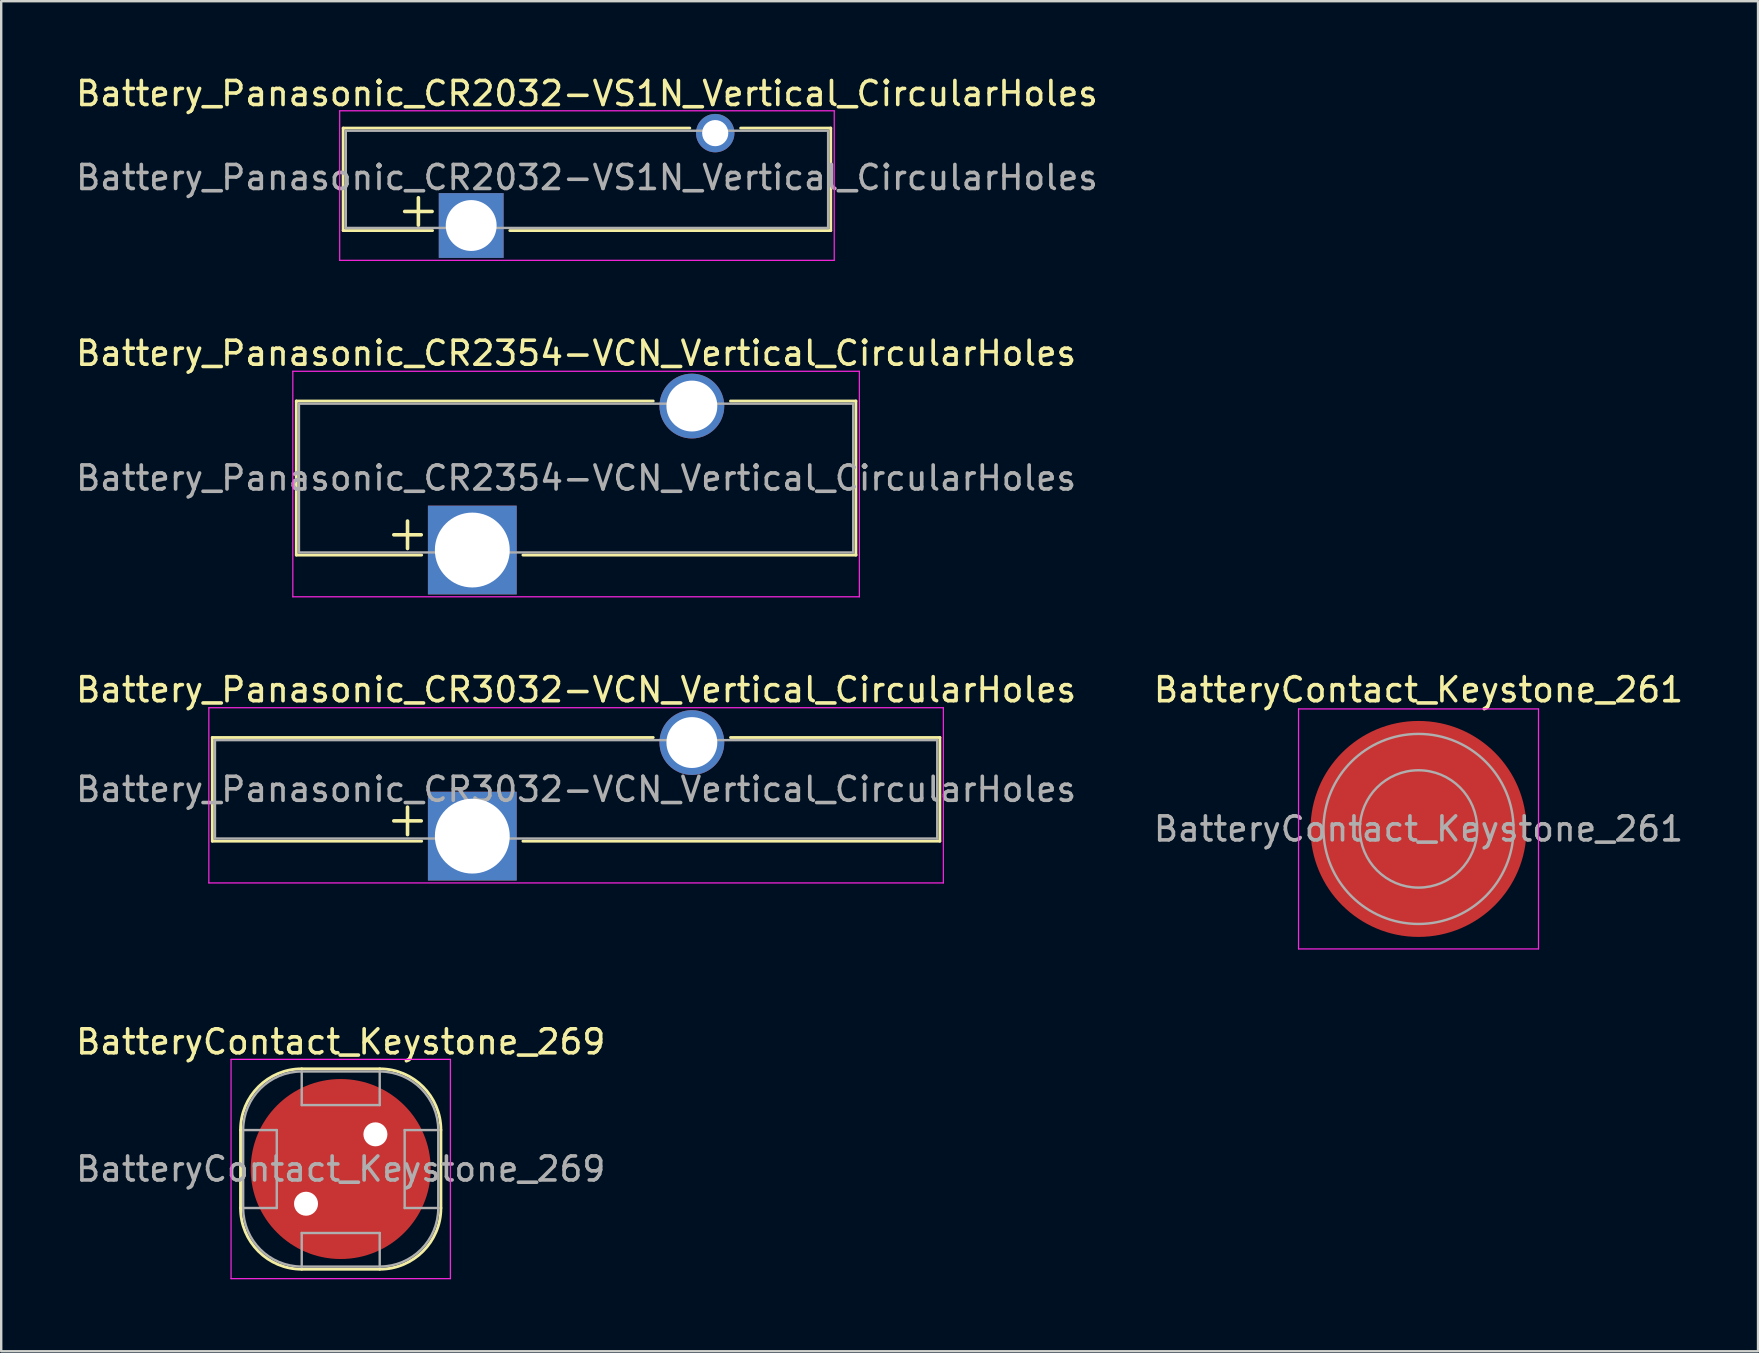
<source format=kicad_pcb>
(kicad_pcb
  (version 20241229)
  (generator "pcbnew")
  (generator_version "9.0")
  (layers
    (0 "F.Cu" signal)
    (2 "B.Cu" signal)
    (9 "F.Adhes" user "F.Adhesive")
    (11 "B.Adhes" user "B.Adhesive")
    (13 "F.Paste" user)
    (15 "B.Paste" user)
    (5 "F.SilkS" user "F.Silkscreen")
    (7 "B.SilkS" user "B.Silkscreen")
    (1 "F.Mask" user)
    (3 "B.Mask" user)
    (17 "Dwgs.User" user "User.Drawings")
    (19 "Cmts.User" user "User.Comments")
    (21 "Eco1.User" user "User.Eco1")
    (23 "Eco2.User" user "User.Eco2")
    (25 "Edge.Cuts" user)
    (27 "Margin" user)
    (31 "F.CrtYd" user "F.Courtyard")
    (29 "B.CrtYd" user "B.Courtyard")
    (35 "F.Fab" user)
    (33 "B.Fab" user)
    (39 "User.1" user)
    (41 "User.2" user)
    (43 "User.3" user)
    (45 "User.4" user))
  (footprint "BatteryContact_Keystone_261"
    (layer "F.Cu")
    (at 56.065 31.495)
    (property "Reference" "BatteryContact_Keystone_261" (at 0 -5.8 0) (layer "F.SilkS") (effects (font (size 1 1) (thickness 0.15))))
    (attr smd)
    (fp_line (start -5 -5) (end 5 -5) (stroke (width 0.05) (type solid)) (layer "F.CrtYd"))
    (fp_line (start -5 5) (end -5 -5) (stroke (width 0.05) (type solid)) (layer "F.CrtYd"))
    (fp_line (start 5 -5) (end 5 5) (stroke (width 0.05) (type solid)) (layer "F.CrtYd"))
    (fp_line (start 5 5) (end -5 5) (stroke (width 0.05) (type solid)) (layer "F.CrtYd"))
    (fp_circle (center 0 0) (end 2.445 0) (stroke (width 0.1) (type solid)) (fill no) (layer "F.Fab"))
    (fp_circle (center 0 0) (end 3.96 0) (stroke (width 0.1) (type solid)) (fill no) (layer "F.Fab"))
    (fp_text user "${REFERENCE}" (at 0 0 0) (layer "F.Fab") (effects (font (size 1 1) (thickness 0.15))))
    (pad "1" smd circle (at 0 0) (size 9 9) (layers "F.Cu" "F.Mask" "F.Paste")))
  (footprint "Battery_Panasonic_CR2354-VCN_Vertical_CircularHoles"
    (layer "F.Cu")
    (at 16.633 19.872)
    (property "Reference" "Battery_Panasonic_CR2354-VCN_Vertical_CircularHoles" (at 4.325 -8.2 0) (layer "F.SilkS") (effects (font (size 1 1) (thickness 0.15))))
    (attr through_hole)
    (fp_line (start -7.335 -6.21) (end -7.335 0.21) (stroke (width 0.12) (type solid)) (layer "F.SilkS"))
    (fp_line (start -7.335 -6.21) (end 7.54 -6.21) (stroke (width 0.12) (type solid)) (layer "F.SilkS"))
    (fp_line (start -7.335 0.21) (end -2.11 0.21) (stroke (width 0.12) (type solid)) (layer "F.SilkS"))
    (fp_line (start 2.11 0.21) (end 15.992 0.21) (stroke (width 0.12) (type solid)) (layer "F.SilkS"))
    (fp_line (start 10.76 -6.21) (end 15.985 -6.21) (stroke (width 0.12) (type solid)) (layer "F.SilkS"))
    (fp_line (start 15.985 -6.21) (end 15.985 0.21) (stroke (width 0.12) (type solid)) (layer "F.SilkS"))
    (fp_line (start -7.48 -7.45) (end -7.48 1.95) (stroke (width 0.05) (type solid)) (layer "F.CrtYd"))
    (fp_line (start -7.48 -7.45) (end 16.13 -7.45) (stroke (width 0.05) (type solid)) (layer "F.CrtYd"))
    (fp_line (start -7.48 1.95) (end 16.13 1.95) (stroke (width 0.05) (type solid)) (layer "F.CrtYd"))
    (fp_line (start 16.13 -7.45) (end 16.13 1.95) (stroke (width 0.05) (type solid)) (layer "F.CrtYd"))
    (fp_line (start -7.225 -6.1) (end -7.225 0.1) (stroke (width 0.1) (type solid)) (layer "F.Fab"))
    (fp_line (start -7.225 -6.1) (end 15.875 -6.1) (stroke (width 0.1) (type solid)) (layer "F.Fab"))
    (fp_line (start -7.225 0.1) (end 15.875 0.1) (stroke (width 0.1) (type solid)) (layer "F.Fab"))
    (fp_line (start 15.875 -6.1) (end 15.875 0.1) (stroke (width 0.1) (type solid)) (layer "F.Fab"))
    (fp_text user "+" (at -2.7 -0.75 0) (layer "F.SilkS") (effects (font (size 1.5 1.5) (thickness 0.15))))
    (fp_text user "${REFERENCE}" (at 4.325 -3 180) (layer "F.Fab") (effects (font (size 1 1) (thickness 0.15))))
    (pad "1" thru_hole rect (at 0 0) (size 3.7 3.7) (drill 3.12) (layers "*.Cu" "*.Mask"))
    (pad "2" thru_hole circle (at 9.15 -6) (size 2.7 2.7) (drill 2.12) (layers "*.Cu" "*.Mask")))
  (footprint "Battery_Panasonic_CR3032-VCN_Vertical_CircularHoles"
    (layer "F.Cu")
    (at 16.633 31.795)
    (property "Reference" "Battery_Panasonic_CR3032-VCN_Vertical_CircularHoles" (at 4.325 -6.1 0) (layer "F.SilkS") (effects (font (size 1 1) (thickness 0.15))))
    (attr through_hole)
    (fp_line (start -10.835 -4.11) (end -10.835 0.21) (stroke (width 0.12) (type solid)) (layer "F.SilkS"))
    (fp_line (start -10.835 -4.11) (end 7.54 -4.11) (stroke (width 0.12) (type solid)) (layer "F.SilkS"))
    (fp_line (start -10.835 0.21) (end -2.11 0.21) (stroke (width 0.12) (type solid)) (layer "F.SilkS"))
    (fp_line (start 2.11 0.21) (end 19.485 0.21) (stroke (width 0.12) (type solid)) (layer "F.SilkS"))
    (fp_line (start 10.76 -4.11) (end 19.485 -4.11) (stroke (width 0.12) (type solid)) (layer "F.SilkS"))
    (fp_line (start 19.485 -4.11) (end 19.485 0.21) (stroke (width 0.12) (type solid)) (layer "F.SilkS"))
    (fp_line (start -10.98 -5.35) (end -10.98 1.95) (stroke (width 0.05) (type solid)) (layer "F.CrtYd"))
    (fp_line (start -10.98 -5.35) (end 19.63 -5.35) (stroke (width 0.05) (type solid)) (layer "F.CrtYd"))
    (fp_line (start -10.98 1.95) (end 19.63 1.95) (stroke (width 0.05) (type solid)) (layer "F.CrtYd"))
    (fp_line (start 19.63 -5.35) (end 19.63 1.95) (stroke (width 0.05) (type solid)) (layer "F.CrtYd"))
    (fp_line (start -10.725 -4) (end -10.725 0.1) (stroke (width 0.1) (type solid)) (layer "F.Fab"))
    (fp_line (start -10.725 -4) (end 19.375 -4) (stroke (width 0.1) (type solid)) (layer "F.Fab"))
    (fp_line (start -10.725 0.1) (end 19.375 0.1) (stroke (width 0.1) (type solid)) (layer "F.Fab"))
    (fp_line (start 19.375 -4) (end 19.375 0.1) (stroke (width 0.1) (type solid)) (layer "F.Fab"))
    (fp_text user "+" (at -2.7 -0.75 0) (layer "F.SilkS") (effects (font (size 1.5 1.5) (thickness 0.15))))
    (fp_text user "${REFERENCE}" (at 4.325 -1.95 180) (layer "F.Fab") (effects (font (size 1 1) (thickness 0.15))))
    (pad "1" thru_hole rect (at 0 0) (size 3.7 3.7) (drill 3.12) (layers "*.Cu" "*.Mask"))
    (pad "2" thru_hole circle (at 9.15 -3.9) (size 2.7 2.7) (drill 2.12) (layers "*.Cu" "*.Mask")))
  (footprint "Battery_Panasonic_CR2032-VS1N_Vertical_CircularHoles"
    (layer "F.Cu")
    (at 16.586 6.348)
    (property "Reference" "Battery_Panasonic_CR2032-VS1N_Vertical_CircularHoles" (at 4.825 -5.5 0) (layer "F.SilkS") (effects (font (size 1 1) (thickness 0.15))))
    (attr through_hole)
    (fp_line (start -5.335 -4.06) (end -5.335 0.21) (stroke (width 0.12) (type solid)) (layer "F.SilkS"))
    (fp_line (start -5.335 -4.06) (end 9.11 -4.06) (stroke (width 0.12) (type solid)) (layer "F.SilkS"))
    (fp_line (start -5.335 0.21) (end -1.61 0.21) (stroke (width 0.12) (type solid)) (layer "F.SilkS"))
    (fp_line (start 1.61 0.21) (end 14.985 0.21) (stroke (width 0.12) (type solid)) (layer "F.SilkS"))
    (fp_line (start 11.23 -4.06) (end 14.985 -4.06) (stroke (width 0.12) (type solid)) (layer "F.SilkS"))
    (fp_line (start 14.985 -4.06) (end 14.985 0.21) (stroke (width 0.12) (type solid)) (layer "F.SilkS"))
    (fp_line (start -5.48 -4.78) (end -5.48 1.45) (stroke (width 0.05) (type solid)) (layer "F.CrtYd"))
    (fp_line (start -5.48 -4.78) (end 15.13 -4.78) (stroke (width 0.05) (type solid)) (layer "F.CrtYd"))
    (fp_line (start -5.48 1.45) (end 15.13 1.45) (stroke (width 0.05) (type solid)) (layer "F.CrtYd"))
    (fp_line (start 15.13 -4.78) (end 15.13 1.45) (stroke (width 0.05) (type solid)) (layer "F.CrtYd"))
    (fp_line (start -5.225 -3.95) (end -5.225 0.1) (stroke (width 0.1) (type solid)) (layer "F.Fab"))
    (fp_line (start -5.225 -3.95) (end 14.875 -3.95) (stroke (width 0.1) (type solid)) (layer "F.Fab"))
    (fp_line (start -5.225 0.1) (end 14.875 0.1) (stroke (width 0.1) (type solid)) (layer "F.Fab"))
    (fp_line (start 14.875 -3.95) (end 14.875 0.1) (stroke (width 0.1) (type solid)) (layer "F.Fab"))
    (fp_text user "+" (at -2.2 -0.7 0) (layer "F.SilkS") (effects (font (size 1.5 1.5) (thickness 0.15))))
    (fp_text user "${REFERENCE}" (at 4.825 -2 180) (layer "F.Fab") (effects (font (size 1 1) (thickness 0.15))))
    (pad "1" thru_hole rect (at 0 0 90) (size 2.7 2.7) (drill 2.12) (layers "*.Cu" "*.Mask"))
    (pad "2" thru_hole circle (at 10.17 -3.85) (size 1.6 1.6) (drill 1.09) (layers "*.Cu" "*.Mask")))
  (footprint "BatteryContact_Keystone_269"
    (layer "F.Cu")
    (at 11.149 45.668)
    (property "Reference" "BatteryContact_Keystone_269" (at 0 -5.3 0) (layer "F.SilkS") (effects (font (size 1 1) (thickness 0.15))))
    (attr smd)
    (fp_line (start -4.175 -1.625) (end -4.175 1.625) (stroke (width 0.12) (type solid)) (layer "F.SilkS"))
    (fp_line (start -1.625 -4.175) (end 1.625 -4.175) (stroke (width 0.12) (type solid)) (layer "F.SilkS"))
    (fp_line (start -1.625 4.175) (end 1.625 4.175) (stroke (width 0.12) (type solid)) (layer "F.SilkS"))
    (fp_line (start 4.175 -1.625) (end 4.175 1.625) (stroke (width 0.12) (type solid)) (layer "F.SilkS"))
    (fp_arc (start -4.175 -1.625) (mid -3.428122 -3.428122) (end -1.625 -4.175) (stroke (width 0.12) (type solid)) (layer "F.SilkS"))
    (fp_arc (start -1.625 4.175) (mid -3.428122 3.428122) (end -4.175 1.625) (stroke (width 0.12) (type solid)) (layer "F.SilkS"))
    (fp_arc (start 1.625 -4.175) (mid 3.428122 -3.428122) (end 4.175 -1.625) (stroke (width 0.12) (type solid)) (layer "F.SilkS"))
    (fp_arc (start 4.175 1.625) (mid 3.428122 3.428122) (end 1.625 4.175) (stroke (width 0.12) (type solid)) (layer "F.SilkS"))
    (fp_line (start -4.57 -4.57) (end 4.57 -4.57) (stroke (width 0.05) (type solid)) (layer "F.CrtYd"))
    (fp_line (start -4.57 4.57) (end -4.57 -4.57) (stroke (width 0.05) (type solid)) (layer "F.CrtYd"))
    (fp_line (start 4.57 -4.57) (end 4.57 4.57) (stroke (width 0.05) (type solid)) (layer "F.CrtYd"))
    (fp_line (start 4.57 4.57) (end -4.57 4.57) (stroke (width 0.05) (type solid)) (layer "F.CrtYd"))
    (fp_line (start -4.065 -1.625) (end -4.065 1.625) (stroke (width 0.1) (type solid)) (layer "F.Fab"))
    (fp_line (start -2.665 -1.625) (end -4.065 -1.625) (stroke (width 0.1) (type solid)) (layer "F.Fab"))
    (fp_line (start -2.665 -1.625) (end -2.665 1.625) (stroke (width 0.1) (type solid)) (layer "F.Fab"))
    (fp_line (start -2.665 1.625) (end -4.065 1.625) (stroke (width 0.1) (type solid)) (layer "F.Fab"))
    (fp_line (start -1.625 -4.065) (end 1.625 -4.065) (stroke (width 0.1) (type solid)) (layer "F.Fab"))
    (fp_line (start -1.625 -2.665) (end -1.625 -4.065) (stroke (width 0.1) (type solid)) (layer "F.Fab"))
    (fp_line (start -1.625 -2.665) (end 1.625 -2.665) (stroke (width 0.1) (type solid)) (layer "F.Fab"))
    (fp_line (start -1.625 2.665) (end -1.625 4.065) (stroke (width 0.1) (type solid)) (layer "F.Fab"))
    (fp_line (start -1.625 2.665) (end 1.625 2.665) (stroke (width 0.1) (type solid)) (layer "F.Fab"))
    (fp_line (start -1.625 4.065) (end 1.625 4.065) (stroke (width 0.1) (type solid)) (layer "F.Fab"))
    (fp_line (start 1.625 -2.665) (end 1.625 -4.065) (stroke (width 0.1) (type solid)) (layer "F.Fab"))
    (fp_line (start 1.625 2.665) (end 1.625 4.065) (stroke (width 0.1) (type solid)) (layer "F.Fab"))
    (fp_line (start 2.665 -1.625) (end 2.665 1.625) (stroke (width 0.1) (type solid)) (layer "F.Fab"))
    (fp_line (start 2.665 -1.625) (end 4.065 -1.625) (stroke (width 0.1) (type solid)) (layer "F.Fab"))
    (fp_line (start 2.665 1.625) (end 4.065 1.625) (stroke (width 0.1) (type solid)) (layer "F.Fab"))
    (fp_line (start 4.065 -1.625) (end 4.065 1.625) (stroke (width 0.1) (type solid)) (layer "F.Fab"))
    (fp_arc (start -4.065 -1.625) (mid -3.350341 -3.350341) (end -1.625 -4.065) (stroke (width 0.1) (type solid)) (layer "F.Fab"))
    (fp_arc (start -1.625 4.065) (mid -3.350341 3.350341) (end -4.065 1.625) (stroke (width 0.1) (type solid)) (layer "F.Fab"))
    (fp_arc (start 1.625 -4.065) (mid 3.350341 -3.350341) (end 4.065 -1.625) (stroke (width 0.1) (type solid)) (layer "F.Fab"))
    (fp_arc (start 4.065 1.625) (mid 3.350341 3.350341) (end 1.625 4.065) (stroke (width 0.1) (type solid)) (layer "F.Fab"))
    (fp_text user "${REFERENCE}" (at 0 0 0) (layer "F.Fab") (effects (font (size 1 1) (thickness 0.15))))
    (pad "" np_thru_hole circle (at -1.446 1.446 315) (size 1 1) (drill 1) (layers "*.Cu" "*.Mask"))
    (pad "" np_thru_hole circle (at 1.446 -1.446 315) (size 1 1) (drill 1) (layers "*.Cu" "*.Mask"))
    (pad "1" smd circle (at 0 0) (size 7.5 7.5) (layers "F.Cu" "F.Mask" "F.Paste")))
  (gr_rect
    (start -3 -3)
    (end 70.214 53.263)
    (stroke (width 0.1) (type default))
    (fill no)
    (layer "Edge.Cuts")))
</source>
